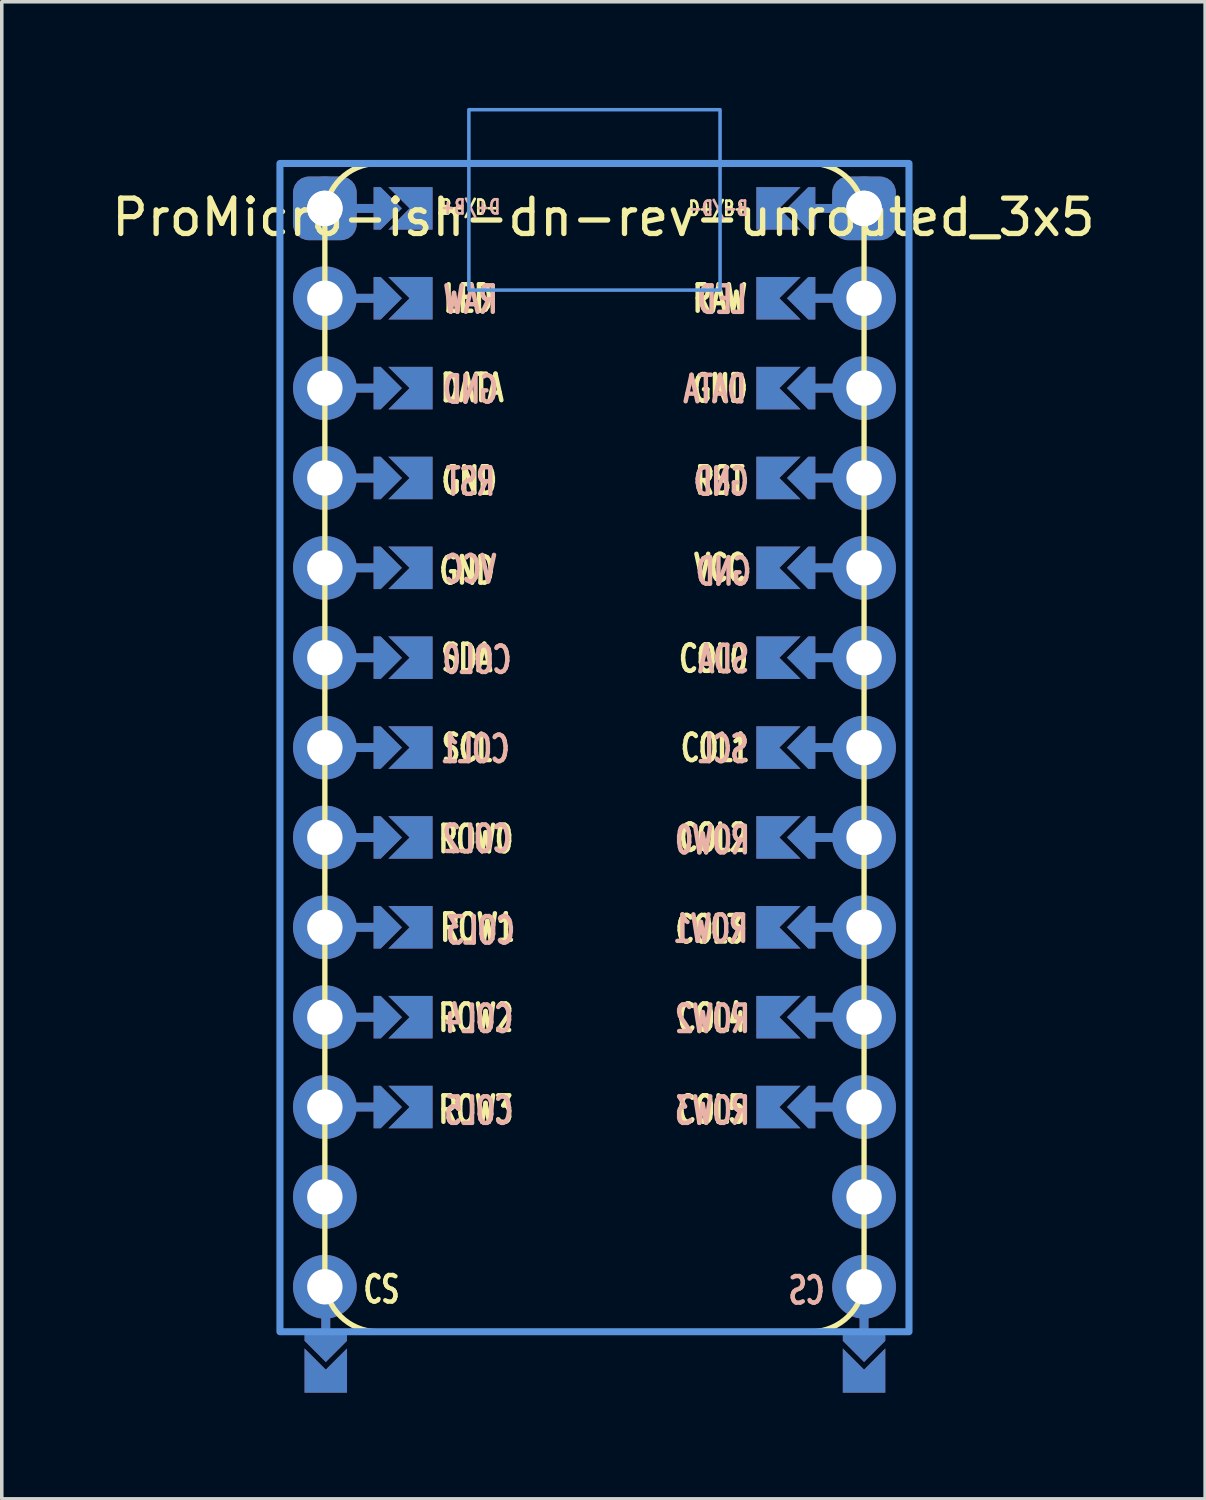
<source format=kicad_pcb>
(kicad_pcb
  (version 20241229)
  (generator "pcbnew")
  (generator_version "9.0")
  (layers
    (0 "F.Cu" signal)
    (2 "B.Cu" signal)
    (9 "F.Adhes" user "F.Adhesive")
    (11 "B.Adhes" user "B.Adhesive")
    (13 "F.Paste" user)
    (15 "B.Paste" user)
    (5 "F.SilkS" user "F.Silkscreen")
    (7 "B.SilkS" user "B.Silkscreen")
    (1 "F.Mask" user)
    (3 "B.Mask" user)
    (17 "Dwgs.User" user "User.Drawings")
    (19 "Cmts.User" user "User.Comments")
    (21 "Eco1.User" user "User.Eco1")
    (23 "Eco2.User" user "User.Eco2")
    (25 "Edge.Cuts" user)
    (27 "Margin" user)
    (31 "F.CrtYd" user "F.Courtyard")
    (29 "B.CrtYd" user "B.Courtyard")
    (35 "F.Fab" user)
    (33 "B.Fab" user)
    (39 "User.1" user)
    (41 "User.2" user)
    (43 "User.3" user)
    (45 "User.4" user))
  (footprint "ProMicro-ish-dn-rev-unrouted_3x5"
    (layer "F.Cu")
    (at 13.6 19.401)
    (property "Reference" "ProMicro-ish-dn-rev-unrouted_3x5" (at 0.406 -16.307 0) (layer "F.SilkS") (effects (font (size 1 1) (thickness 0.15))))
    (attr through_hole)
    (fp_poly (pts (xy -6.934 16.408) (xy -7.95 16.408) (xy -7.95 15.392) (xy -6.934 15.392)) (stroke (width 0.1) (type solid)) (fill yes) (layer "F.Mask"))
    (fp_poly (pts (xy -4.95 -17.066) (xy -4.95 -16.05) (xy -5.966 -16.05) (xy -5.966 -17.066)) (stroke (width 0.1) (type solid)) (fill yes) (layer "F.Mask"))
    (fp_poly (pts (xy -4.928 -14.529) (xy -4.928 -13.513) (xy -5.944 -13.513) (xy -5.944 -14.529)) (stroke (width 0.1) (type solid)) (fill yes) (layer "F.Mask"))
    (fp_poly (pts (xy -4.928 -11.989) (xy -4.928 -10.973) (xy -5.944 -10.973) (xy -5.944 -11.989)) (stroke (width 0.1) (type solid)) (fill yes) (layer "F.Mask"))
    (fp_poly (pts (xy -4.928 -9.449) (xy -4.928 -8.433) (xy -5.944 -8.433) (xy -5.944 -9.449)) (stroke (width 0.1) (type solid)) (fill yes) (layer "F.Mask"))
    (fp_poly (pts (xy -4.928 -6.909) (xy -4.928 -5.893) (xy -5.944 -5.893) (xy -5.944 -6.909)) (stroke (width 0.1) (type solid)) (fill yes) (layer "F.Mask"))
    (fp_poly (pts (xy -4.928 -4.369) (xy -4.928 -3.353) (xy -5.944 -3.353) (xy -5.944 -4.369)) (stroke (width 0.1) (type solid)) (fill yes) (layer "F.Mask"))
    (fp_poly (pts (xy -4.928 -1.829) (xy -4.928 -0.813) (xy -5.944 -0.813) (xy -5.944 -1.829)) (stroke (width 0.1) (type solid)) (fill yes) (layer "F.Mask"))
    (fp_poly (pts (xy -4.928 0.711) (xy -4.928 1.727) (xy -5.944 1.727) (xy -5.944 0.711)) (stroke (width 0.1) (type solid)) (fill yes) (layer "F.Mask"))
    (fp_poly (pts (xy -4.928 3.251) (xy -4.928 4.267) (xy -5.944 4.267) (xy -5.944 3.251)) (stroke (width 0.1) (type solid)) (fill yes) (layer "F.Mask"))
    (fp_poly (pts (xy -4.928 5.791) (xy -4.928 6.807) (xy -5.944 6.807) (xy -5.944 5.791)) (stroke (width 0.1) (type solid)) (fill yes) (layer "F.Mask"))
    (fp_poly (pts (xy -4.928 8.331) (xy -4.928 9.347) (xy -5.944 9.347) (xy -5.944 8.331)) (stroke (width 0.1) (type solid)) (fill yes) (layer "F.Mask"))
    (fp_poly (pts (xy 5.232 -13.513) (xy 5.232 -14.529) (xy 6.248 -14.529) (xy 6.248 -13.513)) (stroke (width 0.1) (type solid)) (fill yes) (layer "F.Mask"))
    (fp_poly (pts (xy 5.232 -10.973) (xy 5.232 -11.989) (xy 6.248 -11.989) (xy 6.248 -10.973)) (stroke (width 0.1) (type solid)) (fill yes) (layer "F.Mask"))
    (fp_poly (pts (xy 5.232 -8.433) (xy 5.232 -9.449) (xy 6.248 -9.449) (xy 6.248 -8.433)) (stroke (width 0.1) (type solid)) (fill yes) (layer "F.Mask"))
    (fp_poly (pts (xy 5.232 -5.893) (xy 5.232 -6.909) (xy 6.248 -6.909) (xy 6.248 -5.893)) (stroke (width 0.1) (type solid)) (fill yes) (layer "F.Mask"))
    (fp_poly (pts (xy 5.232 -3.353) (xy 5.232 -4.369) (xy 6.248 -4.369) (xy 6.248 -3.353)) (stroke (width 0.1) (type solid)) (fill yes) (layer "F.Mask"))
    (fp_poly (pts (xy 5.232 -0.813) (xy 5.232 -1.829) (xy 6.248 -1.829) (xy 6.248 -0.813)) (stroke (width 0.1) (type solid)) (fill yes) (layer "F.Mask"))
    (fp_poly (pts (xy 5.232 1.727) (xy 5.232 0.711) (xy 6.248 0.711) (xy 6.248 1.727)) (stroke (width 0.1) (type solid)) (fill yes) (layer "F.Mask"))
    (fp_poly (pts (xy 5.232 4.267) (xy 5.232 3.251) (xy 6.248 3.251) (xy 6.248 4.267)) (stroke (width 0.1) (type solid)) (fill yes) (layer "F.Mask"))
    (fp_poly (pts (xy 5.232 6.807) (xy 5.232 5.791) (xy 6.248 5.791) (xy 6.248 6.807)) (stroke (width 0.1) (type solid)) (fill yes) (layer "F.Mask"))
    (fp_poly (pts (xy 5.232 9.347) (xy 5.232 8.331) (xy 6.248 8.331) (xy 6.248 9.347)) (stroke (width 0.1) (type solid)) (fill yes) (layer "F.Mask"))
    (fp_poly (pts (xy 6.27 -17.066) (xy 6.27 -16.05) (xy 5.254 -16.05) (xy 5.254 -17.066)) (stroke (width 0.1) (type solid)) (fill yes) (layer "F.Mask"))
    (fp_poly (pts (xy 8.28 16.408) (xy 7.264 16.408) (xy 7.264 15.392) (xy 8.28 15.392)) (stroke (width 0.1) (type solid)) (fill yes) (layer "F.Mask"))
    (fp_poly (pts (xy -6.934 16.408) (xy -7.95 16.408) (xy -7.95 15.392) (xy -6.934 15.392)) (stroke (width 0.1) (type solid)) (fill yes) (layer "B.Mask"))
    (fp_poly (pts (xy -4.95 -17.066) (xy -4.95 -16.05) (xy -5.966 -16.05) (xy -5.966 -17.066)) (stroke (width 0.1) (type solid)) (fill yes) (layer "B.Mask"))
    (fp_poly (pts (xy -4.928 -14.529) (xy -4.928 -13.513) (xy -5.944 -13.513) (xy -5.944 -14.529)) (stroke (width 0.1) (type solid)) (fill yes) (layer "B.Mask"))
    (fp_poly (pts (xy -4.928 -11.989) (xy -4.928 -10.973) (xy -5.944 -10.973) (xy -5.944 -11.989)) (stroke (width 0.1) (type solid)) (fill yes) (layer "B.Mask"))
    (fp_poly (pts (xy -4.928 -9.449) (xy -4.928 -8.433) (xy -5.944 -8.433) (xy -5.944 -9.449)) (stroke (width 0.1) (type solid)) (fill yes) (layer "B.Mask"))
    (fp_poly (pts (xy -4.928 -6.909) (xy -4.928 -5.893) (xy -5.944 -5.893) (xy -5.944 -6.909)) (stroke (width 0.1) (type solid)) (fill yes) (layer "B.Mask"))
    (fp_poly (pts (xy -4.928 -4.369) (xy -4.928 -3.353) (xy -5.944 -3.353) (xy -5.944 -4.369)) (stroke (width 0.1) (type solid)) (fill yes) (layer "B.Mask"))
    (fp_poly (pts (xy -4.928 -1.829) (xy -4.928 -0.813) (xy -5.944 -0.813) (xy -5.944 -1.829)) (stroke (width 0.1) (type solid)) (fill yes) (layer "B.Mask"))
    (fp_poly (pts (xy -4.928 0.711) (xy -4.928 1.727) (xy -5.944 1.727) (xy -5.944 0.711)) (stroke (width 0.1) (type solid)) (fill yes) (layer "B.Mask"))
    (fp_poly (pts (xy -4.928 3.251) (xy -4.928 4.267) (xy -5.944 4.267) (xy -5.944 3.251)) (stroke (width 0.1) (type solid)) (fill yes) (layer "B.Mask"))
    (fp_poly (pts (xy -4.928 5.791) (xy -4.928 6.807) (xy -5.944 6.807) (xy -5.944 5.791)) (stroke (width 0.1) (type solid)) (fill yes) (layer "B.Mask"))
    (fp_poly (pts (xy -4.928 8.331) (xy -4.928 9.347) (xy -5.944 9.347) (xy -5.944 8.331)) (stroke (width 0.1) (type solid)) (fill yes) (layer "B.Mask"))
    (fp_poly (pts (xy 5.232 -13.513) (xy 5.232 -14.529) (xy 6.248 -14.529) (xy 6.248 -13.513)) (stroke (width 0.1) (type solid)) (fill yes) (layer "B.Mask"))
    (fp_poly (pts (xy 5.232 -10.973) (xy 5.232 -11.989) (xy 6.248 -11.989) (xy 6.248 -10.973)) (stroke (width 0.1) (type solid)) (fill yes) (layer "B.Mask"))
    (fp_poly (pts (xy 5.232 -8.433) (xy 5.232 -9.449) (xy 6.248 -9.449) (xy 6.248 -8.433)) (stroke (width 0.1) (type solid)) (fill yes) (layer "B.Mask"))
    (fp_poly (pts (xy 5.232 -5.893) (xy 5.232 -6.909) (xy 6.248 -6.909) (xy 6.248 -5.893)) (stroke (width 0.1) (type solid)) (fill yes) (layer "B.Mask"))
    (fp_poly (pts (xy 5.232 -3.353) (xy 5.232 -4.369) (xy 6.248 -4.369) (xy 6.248 -3.353)) (stroke (width 0.1) (type solid)) (fill yes) (layer "B.Mask"))
    (fp_poly (pts (xy 5.232 -0.813) (xy 5.232 -1.829) (xy 6.248 -1.829) (xy 6.248 -0.813)) (stroke (width 0.1) (type solid)) (fill yes) (layer "B.Mask"))
    (fp_poly (pts (xy 5.232 1.727) (xy 5.232 0.711) (xy 6.248 0.711) (xy 6.248 1.727)) (stroke (width 0.1) (type solid)) (fill yes) (layer "B.Mask"))
    (fp_poly (pts (xy 5.232 4.267) (xy 5.232 3.251) (xy 6.248 3.251) (xy 6.248 4.267)) (stroke (width 0.1) (type solid)) (fill yes) (layer "B.Mask"))
    (fp_poly (pts (xy 5.232 6.807) (xy 5.232 5.791) (xy 6.248 5.791) (xy 6.248 6.807)) (stroke (width 0.1) (type solid)) (fill yes) (layer "B.Mask"))
    (fp_poly (pts (xy 5.232 9.347) (xy 5.232 8.331) (xy 6.248 8.331) (xy 6.248 9.347)) (stroke (width 0.1) (type solid)) (fill yes) (layer "B.Mask"))
    (fp_poly (pts (xy 6.27 -17.066) (xy 6.27 -16.05) (xy 5.254 -16.05) (xy 5.254 -17.066)) (stroke (width 0.1) (type solid)) (fill yes) (layer "B.Mask"))
    (fp_poly (pts (xy 8.28 16.408) (xy 7.264 16.408) (xy 7.264 15.392) (xy 8.28 15.392)) (stroke (width 0.1) (type solid)) (fill yes) (layer "B.Mask"))
    (fp_line (start -7.468 -16.331) (end -7.468 13.749) (stroke (width 0.15) (type default)) (layer "F.SilkS"))
    (fp_line (start -5.968 15.189) (end 6.272 15.189) (stroke (width 0.15) (type default)) (layer "F.SilkS"))
    (fp_line (start 6.272 -17.831) (end -5.968 -17.831) (stroke (width 0.15) (type default)) (layer "F.SilkS"))
    (fp_line (start 7.772 13.749) (end 7.772 -16.331) (stroke (width 0.15) (type default)) (layer "F.SilkS"))
    (fp_arc (start -7.4676 -16.3308) (mid -7.02826 -17.39146) (end -5.9676 -17.8308) (stroke (width 0.15) (type default)) (layer "F.SilkS"))
    (fp_arc (start -5.9676 15.1892) (mid -7.02826 14.74986) (end -7.4676 13.6892) (stroke (width 0.15) (type default)) (layer "F.SilkS"))
    (fp_arc (start 6.2724 -17.8308) (mid 7.33306 -17.39146) (end 7.7724 -16.3308) (stroke (width 0.15) (type default)) (layer "F.SilkS"))
    (fp_arc (start 7.7724 13.6892) (mid 7.33306 14.74986) (end 6.2724 15.1892) (stroke (width 0.15) (type default)) (layer "F.SilkS"))
    (fp_rect (start -8.738 -17.831) (end 9.042 15.189) (stroke (width 0.2) (type solid)) (fill no) (layer "Cmts.User"))
    (fp_rect (start 3.702 -19.351) (end -3.398 -14.251) (stroke (width 0.1) (type default)) (fill no) (layer "Cmts.User"))
    (fp_text user "SCL" (at -3.45 -1.309 0) (layer "F.SilkS") (effects (font (size 0.75 0.5) (thickness 0.125))))
    (fp_text user "ROW1" (at -3.15 3.771 0) (layer "F.SilkS") (effects (font (size 0.75 0.5) (thickness 0.125))))
    (fp_text user "COL3" (at 3.416 3.819 0) (layer "F.SilkS") (effects (font (size 0.75 0.5) (thickness 0.125))))
    (fp_text user "GND" (at -3.386 -8.865 0) (layer "F.SilkS") (effects (font (size 0.75 0.5) (thickness 0.125))))
    (fp_text user "DATA" (at -3.3 -11.481 0) (layer "F.SilkS") (effects (font (size 0.75 0.5) (thickness 0.125))))
    (fp_text user "ROW2" (at -3.2 6.319 0) (layer "F.SilkS") (effects (font (size 0.75 0.5) (thickness 0.125))))
    (fp_text user "CS" (at -5.867 13.995 0) (layer "F.SilkS") (effects (font (size 0.75 0.5) (thickness 0.125))))
    (fp_text user "COL1" (at 3.566 -1.309 0) (layer "F.SilkS") (effects (font (size 0.75 0.5) (thickness 0.125))))
    (fp_text user "RAW" (at 3.7 -14.009 0) (layer "F.SilkS") (effects (font (size 0.75 0.5) (thickness 0.125))))
    (fp_text user "COL0" (at 3.515 -3.831 0) (layer "F.SilkS") (effects (font (size 0.75 0.5) (thickness 0.125))))
    (fp_text user "COL4" (at 3.466 6.319 0) (layer "F.SilkS") (effects (font (size 0.75 0.5) (thickness 0.125))))
    (fp_text user "GND" (at -3.45 -6.325 0) (layer "F.SilkS") (effects (font (size 0.75 0.5) (thickness 0.125))))
    (fp_text user "LED" (at -3.411 -14.009 0) (layer "F.SilkS") (effects (font (size 0.75 0.5) (thickness 0.125))))
    (fp_text user "VCC" (at 3.7 -6.389 0) (layer "F.SilkS") (effects (font (size 0.75 0.5) (thickness 0.125))))
    (fp_text user "RST" (at 3.7 -8.865 0) (layer "F.SilkS") (effects (font (size 0.75 0.5) (thickness 0.125))))
    (fp_text user "ROW0" (at -3.2 1.269 0) (layer "F.SilkS") (effects (font (size 0.75 0.5) (thickness 0.125))))
    (fp_text user "D+/B+" (at 3.65 -16.56 0) (layer "F.SilkS") (effects (font (size 0.4 0.3) (thickness 0.075))))
    (fp_text user "COL5" (at 3.466 8.915 0) (layer "F.SilkS") (effects (font (size 0.75 0.5) (thickness 0.125))))
    (fp_text user "COL2" (at 3.515 1.231 0) (layer "F.SilkS") (effects (font (size 0.75 0.5) (thickness 0.125))))
    (fp_text user "SDA" (at -3.45 -3.849 0) (layer "F.SilkS") (effects (font (size 0.75 0.5) (thickness 0.125))))
    (fp_text user "B-/D-" (at -3.36 -16.594 0) (layer "F.SilkS") (effects (font (size 0.4 0.3) (thickness 0.075))))
    (fp_text user "GND" (at 3.7 -11.469 0) (layer "F.SilkS") (effects (font (size 0.75 0.5) (thickness 0.125))))
    (fp_text user "ROW3" (at -3.2 8.915 0) (layer "F.SilkS") (effects (font (size 0.75 0.5) (thickness 0.125))))
    (fp_text user "COL3" (at -3.068 3.85 0) (layer "B.SilkS") (effects (font (size 0.75 0.5) (thickness 0.125)) (justify mirror)))
    (fp_text user "ROW0" (at 3.486 1.3 0) (layer "B.SilkS") (effects (font (size 0.75 0.5) (thickness 0.125)) (justify mirror)))
    (fp_text user "CS" (at 6.147 14.025 0) (layer "B.SilkS") (effects (font (size 0.75 0.5) (thickness 0.125)) (justify mirror)))
    (fp_text user "SCL" (at 3.799 -1.278 0) (layer "B.SilkS") (effects (font (size 0.75 0.5) (thickness 0.125)) (justify mirror)))
    (fp_text user "COL2" (at -3.168 1.262 0) (layer "B.SilkS") (effects (font (size 0.75 0.5) (thickness 0.125)) (justify mirror)))
    (fp_text user "GND" (at 3.799 -6.295 0) (layer "B.SilkS") (effects (font (size 0.75 0.5) (thickness 0.125)) (justify mirror)))
    (fp_text user "SDA" (at 3.799 -3.818 0) (layer "B.SilkS") (effects (font (size 0.75 0.5) (thickness 0.125)) (justify mirror)))
    (fp_text user "ROW3" (at 3.486 8.945 0) (layer "B.SilkS") (effects (font (size 0.75 0.5) (thickness 0.125)) (justify mirror)))
    (fp_text user "COL0" (at -3.168 -3.8 0) (layer "B.SilkS") (effects (font (size 0.75 0.5) (thickness 0.125)) (justify mirror)))
    (fp_text user "GND" (at -3.353 -11.438 0) (layer "B.SilkS") (effects (font (size 0.75 0.5) (thickness 0.125)) (justify mirror)))
    (fp_text user "DATA" (at 3.55 -11.45 0) (layer "B.SilkS") (effects (font (size 0.75 0.5) (thickness 0.125)) (justify mirror)))
    (fp_text user "VCC" (at -3.353 -6.358 0) (layer "B.SilkS") (effects (font (size 0.75 0.5) (thickness 0.125)) (justify mirror)))
    (fp_text user "RAW" (at -3.353 -13.978 0) (layer "B.SilkS") (effects (font (size 0.75 0.5) (thickness 0.125)) (justify mirror)))
    (fp_text user "D+/B+" (at -3.35 -16.6 0) (layer "B.SilkS") (effects (font (size 0.4 0.3) (thickness 0.075)) (justify mirror)))
    (fp_text user "ROW2" (at 3.486 6.35 0) (layer "B.SilkS") (effects (font (size 0.75 0.5) (thickness 0.125)) (justify mirror)))
    (fp_text user "ROW1" (at 3.436 3.802 0) (layer "B.SilkS") (effects (font (size 0.75 0.5) (thickness 0.125)) (justify mirror)))
    (fp_text user "COL1" (at -3.218 -1.278 0) (layer "B.SilkS") (effects (font (size 0.75 0.5) (thickness 0.125)) (justify mirror)))
    (fp_text user "B-/D-" (at 3.65 -16.563 0) (layer "B.SilkS") (effects (font (size 0.4 0.3) (thickness 0.075)) (justify mirror)))
    (fp_text user "COL4" (at -3.118 6.35 0) (layer "B.SilkS") (effects (font (size 0.75 0.5) (thickness 0.125)) (justify mirror)))
    (fp_text user "LED" (at 3.76 -13.978 0) (layer "B.SilkS") (effects (font (size 0.75 0.5) (thickness 0.125)) (justify mirror)))
    (fp_text user "GND" (at 3.735 -8.835 0) (layer "B.SilkS") (effects (font (size 0.75 0.5) (thickness 0.125)) (justify mirror)))
    (fp_text user "COL5" (at -3.118 8.945 0) (layer "B.SilkS") (effects (font (size 0.75 0.5) (thickness 0.125)) (justify mirror)))
    (fp_text user "RST" (at -3.353 -8.835 0) (layer "B.SilkS") (effects (font (size 0.75 0.5) (thickness 0.125)) (justify mirror)))
    (pad "" thru_hole circle (at -7.468 -16.561 270) (size 1.8 1.8) (drill 1) (layers "*.Cu" "*.Mask"))
    (pad "" thru_hole roundrect (at -7.468 -16.561 270) (size 1.8 1.8) (drill 1) (layers "*.Cu" "B.Mask") (roundrect_rratio 0.25))
    (pad "" thru_hole circle (at -7.468 -14.021 270) (size 1.8 1.8) (drill 1) (layers "*.Cu" "*.Mask"))
    (pad "" thru_hole circle (at -7.468 -11.481 270) (size 1.8 1.8) (drill 1) (layers "*.Cu" "*.Mask"))
    (pad "" thru_hole circle (at -7.468 -8.941 270) (size 1.8 1.8) (drill 1) (layers "*.Cu" "*.Mask"))
    (pad "" thru_hole circle (at -7.468 -6.401 270) (size 1.8 1.8) (drill 1) (layers "*.Cu" "*.Mask"))
    (pad "" thru_hole circle (at -7.468 -3.861 270) (size 1.8 1.8) (drill 1) (layers "*.Cu" "*.Mask"))
    (pad "" thru_hole circle (at -7.468 -1.321 270) (size 1.8 1.8) (drill 1) (layers "*.Cu" "*.Mask"))
    (pad "" thru_hole circle (at -7.468 1.219 270) (size 1.8 1.8) (drill 1) (layers "*.Cu" "*.Mask"))
    (pad "" thru_hole circle (at -7.468 3.759 270) (size 1.8 1.8) (drill 1) (layers "*.Cu" "*.Mask"))
    (pad "" thru_hole circle (at -7.468 6.299 270) (size 1.8 1.8) (drill 1) (layers "*.Cu" "*.Mask"))
    (pad "" thru_hole circle (at -7.468 8.839 270) (size 1.8 1.8) (drill 1) (layers "*.Cu" "*.Mask"))
    (pad "" thru_hole circle (at -7.468 11.379 270) (size 1.8 1.8) (drill 1) (layers "*.Cu" "*.Mask"))
    (pad "" thru_hole circle (at -7.468 13.919 270) (size 1.8 1.8) (drill 1) (layers "*.Cu" "*.Mask"))
    (pad "" smd custom (at -7.442 15.138) (size 0.25 1) (layers "F.Cu") (options (anchor rect)) (primitives))
    (pad "" smd custom (at -7.442 15.138) (size 0.25 1) (layers "B.Cu") (options (anchor rect)) (primitives))
    (pad "" smd custom (at -7.442 15.646) (size 0.1 0.1) (layers "F.Cu" "F.Mask") (options (anchor rect)) (primitives (gr_poly (pts (xy 0.6 -0.4) (xy -0.6 -0.4) (xy -0.6 -0.2) (xy 0 0.4) (xy 0.6 -0.2)) (width 0) (fill yes))))
    (pad "" smd custom (at -7.442 15.646) (size 0.1 0.1) (layers "B.Cu" "B.Mask") (options (anchor rect)) (primitives (gr_poly (pts (xy 0.6 -0.4) (xy -0.6 -0.4) (xy -0.6 -0.2) (xy 0 0.4) (xy 0.6 -0.2)) (width 0) (fill yes))))
    (pad "" smd custom (at -6.198 -16.561 90) (size 0.25 1) (layers "F.Cu") (options (anchor rect)) (primitives))
    (pad "" smd custom (at -6.198 -16.561 90) (size 0.25 1) (layers "B.Cu") (options (anchor rect)) (primitives))
    (pad "" smd custom (at -6.198 -14.021 90) (size 0.25 1) (layers "F.Cu") (options (anchor rect)) (primitives))
    (pad "" smd custom (at -6.198 -14.021 90) (size 0.25 1) (layers "B.Cu") (options (anchor rect)) (primitives))
    (pad "" smd custom (at -6.198 -11.481 90) (size 0.25 1) (layers "F.Cu") (options (anchor rect)) (primitives))
    (pad "" smd custom (at -6.198 -11.481 90) (size 0.25 1) (layers "B.Cu") (options (anchor rect)) (primitives))
    (pad "" smd custom (at -6.198 -8.941 90) (size 0.25 1) (layers "F.Cu") (options (anchor rect)) (primitives))
    (pad "" smd custom (at -6.198 -8.941 90) (size 0.25 1) (layers "B.Cu") (options (anchor rect)) (primitives))
    (pad "" smd custom (at -6.198 -6.401 90) (size 0.25 1) (layers "F.Cu") (options (anchor rect)) (primitives))
    (pad "" smd custom (at -6.198 -6.401 90) (size 0.25 1) (layers "B.Cu") (options (anchor rect)) (primitives))
    (pad "" smd custom (at -6.198 -3.861 90) (size 0.25 1) (layers "F.Cu") (options (anchor rect)) (primitives))
    (pad "" smd custom (at -6.198 -3.861 90) (size 0.25 1) (layers "B.Cu") (options (anchor rect)) (primitives))
    (pad "" smd custom (at -6.198 -1.321 90) (size 0.25 1) (layers "F.Cu") (options (anchor rect)) (primitives))
    (pad "" smd custom (at -6.198 -1.321 90) (size 0.25 1) (layers "B.Cu") (options (anchor rect)) (primitives))
    (pad "" smd custom (at -6.198 1.219 90) (size 0.25 1) (layers "F.Cu") (options (anchor rect)) (primitives))
    (pad "" smd custom (at -6.198 1.219 90) (size 0.25 1) (layers "B.Cu") (options (anchor rect)) (primitives))
    (pad "" smd custom (at -6.198 3.759 90) (size 0.25 1) (layers "F.Cu") (options (anchor rect)) (primitives))
    (pad "" smd custom (at -6.198 3.759 90) (size 0.25 1) (layers "B.Cu") (options (anchor rect)) (primitives))
    (pad "" smd custom (at -6.198 6.299 90) (size 0.25 1) (layers "F.Cu") (options (anchor rect)) (primitives))
    (pad "" smd custom (at -6.198 6.299 90) (size 0.25 1) (layers "B.Cu") (options (anchor rect)) (primitives))
    (pad "" smd custom (at -6.198 8.839 90) (size 0.25 1) (layers "F.Cu") (options (anchor rect)) (primitives))
    (pad "" smd custom (at -6.198 8.839 90) (size 0.25 1) (layers "B.Cu") (options (anchor rect)) (primitives))
    (pad "" smd custom (at -5.69 -16.561 90) (size 0.1 0.1) (layers "F.Cu" "F.Mask") (options (anchor rect)) (primitives (gr_poly (pts (xy 0.6 -0.4) (xy -0.6 -0.4) (xy -0.6 -0.2) (xy 0 0.4) (xy 0.6 -0.2)) (width 0) (fill yes))))
    (pad "" smd custom (at -5.69 -16.561 90) (size 0.1 0.1) (layers "B.Cu" "B.Mask") (options (anchor rect)) (primitives (gr_poly (pts (xy 0.6 -0.4) (xy -0.6 -0.4) (xy -0.6 -0.2) (xy 0 0.4) (xy 0.6 -0.2)) (width 0) (fill yes))))
    (pad "" smd custom (at -5.69 -14.021 90) (size 0.1 0.1) (layers "F.Cu" "F.Mask") (options (anchor rect)) (primitives (gr_poly (pts (xy 0.6 -0.4) (xy -0.6 -0.4) (xy -0.6 -0.2) (xy 0 0.4) (xy 0.6 -0.2)) (width 0) (fill yes))))
    (pad "" smd custom (at -5.69 -14.021 90) (size 0.1 0.1) (layers "B.Cu" "B.Mask") (options (anchor rect)) (primitives (gr_poly (pts (xy 0.6 -0.4) (xy -0.6 -0.4) (xy -0.6 -0.2) (xy 0 0.4) (xy 0.6 -0.2)) (width 0) (fill yes))))
    (pad "" smd custom (at -5.69 -11.481 90) (size 0.1 0.1) (layers "F.Cu" "F.Mask") (options (anchor rect)) (primitives (gr_poly (pts (xy 0.6 -0.4) (xy -0.6 -0.4) (xy -0.6 -0.2) (xy 0 0.4) (xy 0.6 -0.2)) (width 0) (fill yes))))
    (pad "" smd custom (at -5.69 -11.481 90) (size 0.1 0.1) (layers "B.Cu" "B.Mask") (options (anchor rect)) (primitives (gr_poly (pts (xy 0.6 -0.4) (xy -0.6 -0.4) (xy -0.6 -0.2) (xy 0 0.4) (xy 0.6 -0.2)) (width 0) (fill yes))))
    (pad "" smd custom (at -5.69 -8.941 90) (size 0.1 0.1) (layers "F.Cu" "F.Mask") (options (anchor rect)) (primitives (gr_poly (pts (xy 0.6 -0.4) (xy -0.6 -0.4) (xy -0.6 -0.2) (xy 0 0.4) (xy 0.6 -0.2)) (width 0) (fill yes))))
    (pad "" smd custom (at -5.69 -8.941 90) (size 0.1 0.1) (layers "B.Cu" "B.Mask") (options (anchor rect)) (primitives (gr_poly (pts (xy 0.6 -0.4) (xy -0.6 -0.4) (xy -0.6 -0.2) (xy 0 0.4) (xy 0.6 -0.2)) (width 0) (fill yes))))
    (pad "" smd custom (at -5.69 -6.401 90) (size 0.1 0.1) (layers "F.Cu" "F.Mask") (options (anchor rect)) (primitives (gr_poly (pts (xy 0.6 -0.4) (xy -0.6 -0.4) (xy -0.6 -0.2) (xy 0 0.4) (xy 0.6 -0.2)) (width 0) (fill yes))))
    (pad "" smd custom (at -5.69 -6.401 90) (size 0.1 0.1) (layers "B.Cu" "B.Mask") (options (anchor rect)) (primitives (gr_poly (pts (xy 0.6 -0.4) (xy -0.6 -0.4) (xy -0.6 -0.2) (xy 0 0.4) (xy 0.6 -0.2)) (width 0) (fill yes))))
    (pad "" smd custom (at -5.69 -3.861 90) (size 0.1 0.1) (layers "F.Cu" "F.Mask") (options (anchor rect)) (primitives (gr_poly (pts (xy 0.6 -0.4) (xy -0.6 -0.4) (xy -0.6 -0.2) (xy 0 0.4) (xy 0.6 -0.2)) (width 0) (fill yes))))
    (pad "" smd custom (at -5.69 -3.861 90) (size 0.1 0.1) (layers "B.Cu" "B.Mask") (options (anchor rect)) (primitives (gr_poly (pts (xy 0.6 -0.4) (xy -0.6 -0.4) (xy -0.6 -0.2) (xy 0 0.4) (xy 0.6 -0.2)) (width 0) (fill yes))))
    (pad "" smd custom (at -5.69 -1.321 90) (size 0.1 0.1) (layers "F.Cu" "F.Mask") (options (anchor rect)) (primitives (gr_poly (pts (xy 0.6 -0.4) (xy -0.6 -0.4) (xy -0.6 -0.2) (xy 0 0.4) (xy 0.6 -0.2)) (width 0) (fill yes))))
    (pad "" smd custom (at -5.69 -1.321 90) (size 0.1 0.1) (layers "B.Cu" "B.Mask") (options (anchor rect)) (primitives (gr_poly (pts (xy 0.6 -0.4) (xy -0.6 -0.4) (xy -0.6 -0.2) (xy 0 0.4) (xy 0.6 -0.2)) (width 0) (fill yes))))
    (pad "" smd custom (at -5.69 1.219 90) (size 0.1 0.1) (layers "F.Cu" "F.Mask") (options (anchor rect)) (primitives (gr_poly (pts (xy 0.6 -0.4) (xy -0.6 -0.4) (xy -0.6 -0.2) (xy 0 0.4) (xy 0.6 -0.2)) (width 0) (fill yes))))
    (pad "" smd custom (at -5.69 1.219 90) (size 0.1 0.1) (layers "B.Cu" "B.Mask") (options (anchor rect)) (primitives (gr_poly (pts (xy 0.6 -0.4) (xy -0.6 -0.4) (xy -0.6 -0.2) (xy 0 0.4) (xy 0.6 -0.2)) (width 0) (fill yes))))
    (pad "" smd custom (at -5.69 3.759 90) (size 0.1 0.1) (layers "F.Cu" "F.Mask") (options (anchor rect)) (primitives (gr_poly (pts (xy 0.6 -0.4) (xy -0.6 -0.4) (xy -0.6 -0.2) (xy 0 0.4) (xy 0.6 -0.2)) (width 0) (fill yes))))
    (pad "" smd custom (at -5.69 3.759 90) (size 0.1 0.1) (layers "B.Cu" "B.Mask") (options (anchor rect)) (primitives (gr_poly (pts (xy 0.6 -0.4) (xy -0.6 -0.4) (xy -0.6 -0.2) (xy 0 0.4) (xy 0.6 -0.2)) (width 0) (fill yes))))
    (pad "" smd custom (at -5.69 6.299 90) (size 0.1 0.1) (layers "F.Cu" "F.Mask") (options (anchor rect)) (primitives (gr_poly (pts (xy 0.6 -0.4) (xy -0.6 -0.4) (xy -0.6 -0.2) (xy 0 0.4) (xy 0.6 -0.2)) (width 0) (fill yes))))
    (pad "" smd custom (at -5.69 6.299 90) (size 0.1 0.1) (layers "B.Cu" "B.Mask") (options (anchor rect)) (primitives (gr_poly (pts (xy 0.6 -0.4) (xy -0.6 -0.4) (xy -0.6 -0.2) (xy 0 0.4) (xy 0.6 -0.2)) (width 0) (fill yes))))
    (pad "" smd custom (at -5.69 8.839 90) (size 0.1 0.1) (layers "F.Cu" "F.Mask") (options (anchor rect)) (primitives (gr_poly (pts (xy 0.6 -0.4) (xy -0.6 -0.4) (xy -0.6 -0.2) (xy 0 0.4) (xy 0.6 -0.2)) (width 0) (fill yes))))
    (pad "" smd custom (at -5.69 8.839 90) (size 0.1 0.1) (layers "B.Cu" "B.Mask") (options (anchor rect)) (primitives (gr_poly (pts (xy 0.6 -0.4) (xy -0.6 -0.4) (xy -0.6 -0.2) (xy 0 0.4) (xy 0.6 -0.2)) (width 0) (fill yes))))
    (pad "" smd custom (at 5.994 -16.561 270) (size 0.1 0.1) (layers "F.Cu" "F.Mask") (options (anchor rect)) (primitives (gr_poly (pts (xy 0.6 -0.4) (xy -0.6 -0.4) (xy -0.6 -0.2) (xy 0 0.4) (xy 0.6 -0.2)) (width 0) (fill yes))))
    (pad "" smd custom (at 5.994 -16.561 270) (size 0.1 0.1) (layers "B.Cu" "B.Mask") (options (anchor rect)) (primitives (gr_poly (pts (xy 0.6 -0.4) (xy -0.6 -0.4) (xy -0.6 -0.2) (xy 0 0.4) (xy 0.6 -0.2)) (width 0) (fill yes))))
    (pad "" smd custom (at 5.994 -14.021 270) (size 0.1 0.1) (layers "F.Cu" "F.Mask") (options (anchor rect)) (primitives (gr_poly (pts (xy 0.6 -0.4) (xy -0.6 -0.4) (xy -0.6 -0.2) (xy 0 0.4) (xy 0.6 -0.2)) (width 0) (fill yes))))
    (pad "" smd custom (at 5.994 -14.021 270) (size 0.1 0.1) (layers "B.Cu" "B.Mask") (options (anchor rect)) (primitives (gr_poly (pts (xy 0.6 -0.4) (xy -0.6 -0.4) (xy -0.6 -0.2) (xy 0 0.4) (xy 0.6 -0.2)) (width 0) (fill yes))))
    (pad "" smd custom (at 5.994 -11.481 270) (size 0.1 0.1) (layers "F.Cu" "F.Mask") (options (anchor rect)) (primitives (gr_poly (pts (xy 0.6 -0.4) (xy -0.6 -0.4) (xy -0.6 -0.2) (xy 0 0.4) (xy 0.6 -0.2)) (width 0) (fill yes))))
    (pad "" smd custom (at 5.994 -11.481 270) (size 0.1 0.1) (layers "B.Cu" "B.Mask") (options (anchor rect)) (primitives (gr_poly (pts (xy 0.6 -0.4) (xy -0.6 -0.4) (xy -0.6 -0.2) (xy 0 0.4) (xy 0.6 -0.2)) (width 0) (fill yes))))
    (pad "" smd custom (at 5.994 -8.941 270) (size 0.1 0.1) (layers "F.Cu" "F.Mask") (options (anchor rect)) (primitives (gr_poly (pts (xy 0.6 -0.4) (xy -0.6 -0.4) (xy -0.6 -0.2) (xy 0 0.4) (xy 0.6 -0.2)) (width 0) (fill yes))))
    (pad "" smd custom (at 5.994 -8.941 270) (size 0.1 0.1) (layers "B.Cu" "B.Mask") (options (anchor rect)) (primitives (gr_poly (pts (xy 0.6 -0.4) (xy -0.6 -0.4) (xy -0.6 -0.2) (xy 0 0.4) (xy 0.6 -0.2)) (width 0) (fill yes))))
    (pad "" smd custom (at 5.994 -6.401 270) (size 0.1 0.1) (layers "F.Cu" "F.Mask") (options (anchor rect)) (primitives (gr_poly (pts (xy 0.6 -0.4) (xy -0.6 -0.4) (xy -0.6 -0.2) (xy 0 0.4) (xy 0.6 -0.2)) (width 0) (fill yes))))
    (pad "" smd custom (at 5.994 -6.401 270) (size 0.1 0.1) (layers "B.Cu" "B.Mask") (options (anchor rect)) (primitives (gr_poly (pts (xy 0.6 -0.4) (xy -0.6 -0.4) (xy -0.6 -0.2) (xy 0 0.4) (xy 0.6 -0.2)) (width 0) (fill yes))))
    (pad "" smd custom (at 5.994 -3.861 270) (size 0.1 0.1) (layers "F.Cu" "F.Mask") (options (anchor rect)) (primitives (gr_poly (pts (xy 0.6 -0.4) (xy -0.6 -0.4) (xy -0.6 -0.2) (xy 0 0.4) (xy 0.6 -0.2)) (width 0) (fill yes))))
    (pad "" smd custom (at 5.994 -3.861 270) (size 0.1 0.1) (layers "B.Cu" "B.Mask") (options (anchor rect)) (primitives (gr_poly (pts (xy 0.6 -0.4) (xy -0.6 -0.4) (xy -0.6 -0.2) (xy 0 0.4) (xy 0.6 -0.2)) (width 0) (fill yes))))
    (pad "" smd custom (at 5.994 -1.321 270) (size 0.1 0.1) (layers "F.Cu" "F.Mask") (options (anchor rect)) (primitives (gr_poly (pts (xy 0.6 -0.4) (xy -0.6 -0.4) (xy -0.6 -0.2) (xy 0 0.4) (xy 0.6 -0.2)) (width 0) (fill yes))))
    (pad "" smd custom (at 5.994 -1.321 270) (size 0.1 0.1) (layers "B.Cu" "B.Mask") (options (anchor rect)) (primitives (gr_poly (pts (xy 0.6 -0.4) (xy -0.6 -0.4) (xy -0.6 -0.2) (xy 0 0.4) (xy 0.6 -0.2)) (width 0) (fill yes))))
    (pad "" smd custom (at 5.994 1.219 270) (size 0.1 0.1) (layers "F.Cu" "F.Mask") (options (anchor rect)) (primitives (gr_poly (pts (xy 0.6 -0.4) (xy -0.6 -0.4) (xy -0.6 -0.2) (xy 0 0.4) (xy 0.6 -0.2)) (width 0) (fill yes))))
    (pad "" smd custom (at 5.994 1.219 270) (size 0.1 0.1) (layers "B.Cu" "B.Mask") (options (anchor rect)) (primitives (gr_poly (pts (xy 0.6 -0.4) (xy -0.6 -0.4) (xy -0.6 -0.2) (xy 0 0.4) (xy 0.6 -0.2)) (width 0) (fill yes))))
    (pad "" smd custom (at 5.994 3.759 270) (size 0.1 0.1) (layers "F.Cu" "F.Mask") (options (anchor rect)) (primitives (gr_poly (pts (xy 0.6 -0.4) (xy -0.6 -0.4) (xy -0.6 -0.2) (xy 0 0.4) (xy 0.6 -0.2)) (width 0) (fill yes))))
    (pad "" smd custom (at 5.994 3.759 270) (size 0.1 0.1) (layers "B.Cu" "B.Mask") (options (anchor rect)) (primitives (gr_poly (pts (xy 0.6 -0.4) (xy -0.6 -0.4) (xy -0.6 -0.2) (xy 0 0.4) (xy 0.6 -0.2)) (width 0) (fill yes))))
    (pad "" smd custom (at 5.994 6.299 270) (size 0.1 0.1) (layers "F.Cu" "F.Mask") (options (anchor rect)) (primitives (gr_poly (pts (xy 0.6 -0.4) (xy -0.6 -0.4) (xy -0.6 -0.2) (xy 0 0.4) (xy 0.6 -0.2)) (width 0) (fill yes))))
    (pad "" smd custom (at 5.994 6.299 270) (size 0.1 0.1) (layers "B.Cu" "B.Mask") (options (anchor rect)) (primitives (gr_poly (pts (xy 0.6 -0.4) (xy -0.6 -0.4) (xy -0.6 -0.2) (xy 0 0.4) (xy 0.6 -0.2)) (width 0) (fill yes))))
    (pad "" smd custom (at 5.994 8.839 270) (size 0.1 0.1) (layers "F.Cu" "F.Mask") (options (anchor rect)) (primitives (gr_poly (pts (xy 0.6 -0.4) (xy -0.6 -0.4) (xy -0.6 -0.2) (xy 0 0.4) (xy 0.6 -0.2)) (width 0) (fill yes))))
    (pad "" smd custom (at 5.994 8.839 270) (size 0.1 0.1) (layers "B.Cu" "B.Mask") (options (anchor rect)) (primitives (gr_poly (pts (xy 0.6 -0.4) (xy -0.6 -0.4) (xy -0.6 -0.2) (xy 0 0.4) (xy 0.6 -0.2)) (width 0) (fill yes))))
    (pad "" smd custom (at 6.502 -16.561 270) (size 0.25 1) (layers "F.Cu") (options (anchor rect)) (primitives))
    (pad "" smd custom (at 6.502 -16.561 270) (size 0.25 1) (layers "B.Cu") (options (anchor rect)) (primitives))
    (pad "" smd custom (at 6.502 -14.021 270) (size 0.25 1) (layers "F.Cu") (options (anchor rect)) (primitives))
    (pad "" smd custom (at 6.502 -14.021 270) (size 0.25 1) (layers "B.Cu") (options (anchor rect)) (primitives))
    (pad "" smd custom (at 6.502 -11.481 270) (size 0.25 1) (layers "F.Cu") (options (anchor rect)) (primitives))
    (pad "" smd custom (at 6.502 -11.481 270) (size 0.25 1) (layers "B.Cu") (options (anchor rect)) (primitives))
    (pad "" smd custom (at 6.502 -8.941 270) (size 0.25 1) (layers "F.Cu") (options (anchor rect)) (primitives))
    (pad "" smd custom (at 6.502 -8.941 270) (size 0.25 1) (layers "B.Cu") (options (anchor rect)) (primitives))
    (pad "" smd custom (at 6.502 -6.401 270) (size 0.25 1) (layers "F.Cu") (options (anchor rect)) (primitives))
    (pad "" smd custom (at 6.502 -6.401 270) (size 0.25 1) (layers "B.Cu") (options (anchor rect)) (primitives))
    (pad "" smd custom (at 6.502 -3.861 270) (size 0.25 1) (layers "F.Cu") (options (anchor rect)) (primitives))
    (pad "" smd custom (at 6.502 -3.861 270) (size 0.25 1) (layers "B.Cu") (options (anchor rect)) (primitives))
    (pad "" smd custom (at 6.502 -1.321 270) (size 0.25 1) (layers "F.Cu") (options (anchor rect)) (primitives))
    (pad "" smd custom (at 6.502 -1.321 270) (size 0.25 1) (layers "B.Cu") (options (anchor rect)) (primitives))
    (pad "" smd custom (at 6.502 1.219 270) (size 0.25 1) (layers "F.Cu") (options (anchor rect)) (primitives))
    (pad "" smd custom (at 6.502 1.219 270) (size 0.25 1) (layers "B.Cu") (options (anchor rect)) (primitives))
    (pad "" smd custom (at 6.502 3.759 270) (size 0.25 1) (layers "F.Cu") (options (anchor rect)) (primitives))
    (pad "" smd custom (at 6.502 3.759 270) (size 0.25 1) (layers "B.Cu") (options (anchor rect)) (primitives))
    (pad "" smd custom (at 6.502 6.299 270) (size 0.25 1) (layers "F.Cu") (options (anchor rect)) (primitives))
    (pad "" smd custom (at 6.502 6.299 270) (size 0.25 1) (layers "B.Cu") (options (anchor rect)) (primitives))
    (pad "" smd custom (at 6.502 8.839 270) (size 0.25 1) (layers "F.Cu") (options (anchor rect)) (primitives))
    (pad "" smd custom (at 6.502 8.839 270) (size 0.25 1) (layers "B.Cu") (options (anchor rect)) (primitives))
    (pad "" thru_hole circle (at 7.772 -16.561 270) (size 1.8 1.8) (drill 1) (layers "*.Cu" "*.Mask"))
    (pad "" thru_hole roundrect (at 7.772 -16.561 270) (size 1.8 1.8) (drill 1) (layers "*.Cu" "F.Mask") (roundrect_rratio 0.25))
    (pad "" thru_hole circle (at 7.772 -14.021 270) (size 1.8 1.8) (drill 1) (layers "*.Cu" "*.Mask"))
    (pad "" thru_hole circle (at 7.772 -11.481 270) (size 1.8 1.8) (drill 1) (layers "*.Cu" "*.Mask"))
    (pad "" thru_hole circle (at 7.772 -8.941 270) (size 1.8 1.8) (drill 1) (layers "*.Cu" "*.Mask"))
    (pad "" thru_hole circle (at 7.772 -6.401 270) (size 1.8 1.8) (drill 1) (layers "*.Cu" "*.Mask"))
    (pad "" thru_hole circle (at 7.772 -3.861 270) (size 1.8 1.8) (drill 1) (layers "*.Cu" "*.Mask"))
    (pad "" thru_hole circle (at 7.772 -1.321 270) (size 1.8 1.8) (drill 1) (layers "*.Cu" "*.Mask"))
    (pad "" thru_hole circle (at 7.772 1.219 270) (size 1.8 1.8) (drill 1) (layers "*.Cu" "*.Mask"))
    (pad "" thru_hole circle (at 7.772 3.759 270) (size 1.8 1.8) (drill 1) (layers "*.Cu" "*.Mask"))
    (pad "" thru_hole circle (at 7.772 6.299 270) (size 1.8 1.8) (drill 1) (layers "*.Cu" "*.Mask"))
    (pad "" thru_hole circle (at 7.772 8.839 270) (size 1.8 1.8) (drill 1) (layers "*.Cu" "*.Mask"))
    (pad "" thru_hole circle (at 7.772 11.379 270) (size 1.8 1.8) (drill 1) (layers "*.Cu" "*.Mask"))
    (pad "" thru_hole circle (at 7.772 13.919 270) (size 1.8 1.8) (drill 1) (layers "*.Cu" "*.Mask"))
    (pad "" smd custom (at 7.772 15.138) (size 0.25 1) (layers "F.Cu") (options (anchor rect)) (primitives))
    (pad "" smd custom (at 7.772 15.138) (size 0.25 1) (layers "B.Cu") (options (anchor rect)) (primitives))
    (pad "" smd custom (at 7.772 15.646) (size 0.1 0.1) (layers "F.Cu" "F.Mask") (options (anchor rect)) (primitives (gr_poly (pts (xy 0.6 -0.4) (xy -0.6 -0.4) (xy -0.6 -0.2) (xy 0 0.4) (xy 0.6 -0.2)) (width 0) (fill yes))))
    (pad "" smd custom (at 7.772 15.646) (size 0.1 0.1) (layers "B.Cu" "B.Mask") (options (anchor rect)) (primitives (gr_poly (pts (xy 0.6 -0.4) (xy -0.6 -0.4) (xy -0.6 -0.2) (xy 0 0.4) (xy 0.6 -0.2)) (width 0) (fill yes))))
    (pad "1" smd custom (at -4.674 -14.021 90) (size 1.2 0.5) (layers "F.Cu" "F.Mask") (options (anchor rect)) (primitives (gr_poly (pts (xy 0.6 0) (xy -0.6 0) (xy -0.6 -1) (xy 0 -0.4) (xy 0.6 -1)) (width 0) (fill yes))))
    (pad "1" smd custom (at 4.978 -14.021 270) (size 1.2 0.5) (layers "B.Cu" "B.Mask") (options (anchor rect)) (primitives (gr_poly (pts (xy 0.6 0) (xy -0.6 0) (xy -0.6 -1) (xy 0 -0.4) (xy 0.6 -1)) (width 0) (fill yes))))
    (pad "2" smd custom (at -4.674 -11.481 90) (size 1.2 0.5) (layers "F.Cu" "F.Mask") (options (anchor rect)) (primitives (gr_poly (pts (xy 0.6 0) (xy -0.6 0) (xy -0.6 -1) (xy 0 -0.4) (xy 0.6 -1)) (width 0) (fill yes))))
    (pad "2" smd custom (at 4.978 -11.481 270) (size 1.2 0.5) (layers "B.Cu" "B.Mask") (options (anchor rect)) (primitives (gr_poly (pts (xy 0.6 0) (xy -0.6 0) (xy -0.6 -1) (xy 0 -0.4) (xy 0.6 -1)) (width 0) (fill yes))))
    (pad "3" smd custom (at -4.674 -8.941 90) (size 1.2 0.5) (layers "F.Cu" "F.Mask") (options (anchor rect)) (primitives (gr_poly (pts (xy 0.6 0) (xy -0.6 0) (xy -0.6 -1) (xy 0 -0.4) (xy 0.6 -1)) (width 0) (fill yes))))
    (pad "3" smd custom (at 4.978 -8.941 270) (size 1.2 0.5) (layers "B.Cu" "B.Mask") (options (anchor rect)) (primitives (gr_poly (pts (xy 0.6 0) (xy -0.6 0) (xy -0.6 -1) (xy 0 -0.4) (xy 0.6 -1)) (width 0) (fill yes))))
    (pad "4" smd custom (at -4.674 -6.401 90) (size 1.2 0.5) (layers "F.Cu" "F.Mask") (options (anchor rect)) (primitives (gr_poly (pts (xy 0.6 0) (xy -0.6 0) (xy -0.6 -1) (xy 0 -0.4) (xy 0.6 -1)) (width 0) (fill yes))))
    (pad "4" smd custom (at 4.978 -6.401 270) (size 1.2 0.5) (layers "B.Cu" "B.Mask") (options (anchor rect)) (primitives (gr_poly (pts (xy 0.6 0) (xy -0.6 0) (xy -0.6 -1) (xy 0 -0.4) (xy 0.6 -1)) (width 0) (fill yes))))
    (pad "5" smd custom (at -4.674 -3.861 90) (size 1.2 0.5) (layers "F.Cu" "F.Mask") (options (anchor rect)) (primitives (gr_poly (pts (xy 0.6 0) (xy -0.6 0) (xy -0.6 -1) (xy 0 -0.4) (xy 0.6 -1)) (width 0) (fill yes))))
    (pad "5" smd custom (at 4.978 -3.861 270) (size 1.2 0.5) (layers "B.Cu" "B.Mask") (options (anchor rect)) (primitives (gr_poly (pts (xy 0.6 0) (xy -0.6 0) (xy -0.6 -1) (xy 0 -0.4) (xy 0.6 -1)) (width 0) (fill yes))))
    (pad "6" smd custom (at -4.674 -1.321 90) (size 1.2 0.5) (layers "F.Cu" "F.Mask") (options (anchor rect)) (primitives (gr_poly (pts (xy 0.6 0) (xy -0.6 0) (xy -0.6 -1) (xy 0 -0.4) (xy 0.6 -1)) (width 0) (fill yes))))
    (pad "6" smd custom (at 4.978 -1.321 270) (size 1.2 0.5) (layers "B.Cu" "B.Mask") (options (anchor rect)) (primitives (gr_poly (pts (xy 0.6 0) (xy -0.6 0) (xy -0.6 -1) (xy 0 -0.4) (xy 0.6 -1)) (width 0) (fill yes))))
    (pad "7" smd custom (at -4.674 1.219 90) (size 1.2 0.5) (layers "F.Cu" "F.Mask") (options (anchor rect)) (primitives (gr_poly (pts (xy 0.6 0) (xy -0.6 0) (xy -0.6 -1) (xy 0 -0.4) (xy 0.6 -1)) (width 0) (fill yes))))
    (pad "7" smd custom (at 4.978 1.219 270) (size 1.2 0.5) (layers "B.Cu" "B.Mask") (options (anchor rect)) (primitives (gr_poly (pts (xy 0.6 0) (xy -0.6 0) (xy -0.6 -1) (xy 0 -0.4) (xy 0.6 -1)) (width 0) (fill yes))))
    (pad "8" smd custom (at -4.674 3.759 90) (size 1.2 0.5) (layers "F.Cu" "F.Mask") (options (anchor rect)) (primitives (gr_poly (pts (xy 0.6 0) (xy -0.6 0) (xy -0.6 -1) (xy 0 -0.4) (xy 0.6 -1)) (width 0) (fill yes))))
    (pad "8" smd custom (at 4.978 3.759 270) (size 1.2 0.5) (layers "B.Cu" "B.Mask") (options (anchor rect)) (primitives (gr_poly (pts (xy 0.6 0) (xy -0.6 0) (xy -0.6 -1) (xy 0 -0.4) (xy 0.6 -1)) (width 0) (fill yes))))
    (pad "9" smd custom (at -4.674 6.299 90) (size 1.2 0.5) (layers "F.Cu" "F.Mask") (options (anchor rect)) (primitives (gr_poly (pts (xy 0.6 0) (xy -0.6 0) (xy -0.6 -1) (xy 0 -0.4) (xy 0.6 -1)) (width 0) (fill yes))))
    (pad "9" smd custom (at 4.978 6.299 270) (size 1.2 0.5) (layers "B.Cu" "B.Mask") (options (anchor rect)) (primitives (gr_poly (pts (xy 0.6 0) (xy -0.6 0) (xy -0.6 -1) (xy 0 -0.4) (xy 0.6 -1)) (width 0) (fill yes))))
    (pad "10" smd custom (at -4.674 8.839 90) (size 1.2 0.5) (layers "F.Cu" "F.Mask") (options (anchor rect)) (primitives (gr_poly (pts (xy 0.6 0) (xy -0.6 0) (xy -0.6 -1) (xy 0 -0.4) (xy 0.6 -1)) (width 0) (fill yes))))
    (pad "10" smd custom (at 4.978 8.839 270) (size 1.2 0.5) (layers "B.Cu" "B.Mask") (options (anchor rect)) (primitives (gr_poly (pts (xy 0.6 0) (xy -0.6 0) (xy -0.6 -1) (xy 0 -0.4) (xy 0.6 -1)) (width 0) (fill yes))))
    (pad "12" smd custom (at -7.442 16.662) (size 1.2 0.5) (layers "F.Cu" "F.Mask") (options (anchor rect)) (primitives (gr_poly (pts (xy 0.6 0) (xy -0.6 0) (xy -0.6 -1) (xy 0 -0.4) (xy 0.6 -1)) (width 0) (fill yes))))
    (pad "12" smd custom (at 7.772 16.662) (size 1.2 0.5) (layers "B.Cu" "B.Mask") (options (anchor rect)) (primitives (gr_poly (pts (xy 0.6 0) (xy -0.6 0) (xy -0.6 -1) (xy 0 -0.4) (xy 0.6 -1)) (width 0) (fill yes))))
    (pad "13" smd custom (at -7.442 16.662) (size 1.2 0.5) (layers "B.Cu" "B.Mask") (options (anchor rect)) (primitives (gr_poly (pts (xy 0.6 0) (xy -0.6 0) (xy -0.6 -1) (xy 0 -0.4) (xy 0.6 -1)) (width 0) (fill yes))))
    (pad "13" smd custom (at 7.772 16.662) (size 1.2 0.5) (layers "F.Cu" "F.Mask") (options (anchor rect)) (primitives (gr_poly (pts (xy 0.6 0) (xy -0.6 0) (xy -0.6 -1) (xy 0 -0.4) (xy 0.6 -1)) (width 0) (fill yes))))
    (pad "15" smd custom (at -4.674 8.839 90) (size 1.2 0.5) (layers "B.Cu" "B.Mask") (options (anchor rect)) (primitives (gr_poly (pts (xy 0.6 0) (xy -0.6 0) (xy -0.6 -1) (xy 0 -0.4) (xy 0.6 -1)) (width 0) (fill yes))))
    (pad "15" smd custom (at 4.978 8.839 270) (size 1.2 0.5) (layers "F.Cu" "F.Mask") (options (anchor rect)) (primitives (gr_poly (pts (xy 0.6 0) (xy -0.6 0) (xy -0.6 -1) (xy 0 -0.4) (xy 0.6 -1)) (width 0) (fill yes))))
    (pad "16" smd custom (at -4.674 6.299 90) (size 1.2 0.5) (layers "B.Cu" "B.Mask") (options (anchor rect)) (primitives (gr_poly (pts (xy 0.6 0) (xy -0.6 0) (xy -0.6 -1) (xy 0 -0.4) (xy 0.6 -1)) (width 0) (fill yes))))
    (pad "16" smd custom (at 4.978 6.299 270) (size 1.2 0.5) (layers "F.Cu" "F.Mask") (options (anchor rect)) (primitives (gr_poly (pts (xy 0.6 0) (xy -0.6 0) (xy -0.6 -1) (xy 0 -0.4) (xy 0.6 -1)) (width 0) (fill yes))))
    (pad "17" smd custom (at -4.674 3.759 90) (size 1.2 0.5) (layers "B.Cu" "B.Mask") (options (anchor rect)) (primitives (gr_poly (pts (xy 0.6 0) (xy -0.6 0) (xy -0.6 -1) (xy 0 -0.4) (xy 0.6 -1)) (width 0) (fill yes))))
    (pad "17" smd custom (at 4.978 3.759 270) (size 1.2 0.5) (layers "F.Cu" "F.Mask") (options (anchor rect)) (primitives (gr_poly (pts (xy 0.6 0) (xy -0.6 0) (xy -0.6 -1) (xy 0 -0.4) (xy 0.6 -1)) (width 0) (fill yes))))
    (pad "18" smd custom (at -4.674 1.219 90) (size 1.2 0.5) (layers "B.Cu" "B.Mask") (options (anchor rect)) (primitives (gr_poly (pts (xy 0.6 0) (xy -0.6 0) (xy -0.6 -1) (xy 0 -0.4) (xy 0.6 -1)) (width 0) (fill yes))))
    (pad "18" smd custom (at 4.978 1.219 270) (size 1.2 0.5) (layers "F.Cu" "F.Mask") (options (anchor rect)) (primitives (gr_poly (pts (xy 0.6 0) (xy -0.6 0) (xy -0.6 -1) (xy 0 -0.4) (xy 0.6 -1)) (width 0) (fill yes))))
    (pad "19" smd custom (at -4.674 -1.321 90) (size 1.2 0.5) (layers "B.Cu" "B.Mask") (options (anchor rect)) (primitives (gr_poly (pts (xy 0.6 0) (xy -0.6 0) (xy -0.6 -1) (xy 0 -0.4) (xy 0.6 -1)) (width 0) (fill yes))))
    (pad "19" smd custom (at 4.978 -1.321 270) (size 1.2 0.5) (layers "F.Cu" "F.Mask") (options (anchor rect)) (primitives (gr_poly (pts (xy 0.6 0) (xy -0.6 0) (xy -0.6 -1) (xy 0 -0.4) (xy 0.6 -1)) (width 0) (fill yes))))
    (pad "20" smd custom (at -4.674 -3.861 90) (size 1.2 0.5) (layers "B.Cu" "B.Mask") (options (anchor rect)) (primitives (gr_poly (pts (xy 0.6 0) (xy -0.6 0) (xy -0.6 -1) (xy 0 -0.4) (xy 0.6 -1)) (width 0) (fill yes))))
    (pad "20" smd custom (at 4.978 -3.861 270) (size 1.2 0.5) (layers "F.Cu" "F.Mask") (options (anchor rect)) (primitives (gr_poly (pts (xy 0.6 0) (xy -0.6 0) (xy -0.6 -1) (xy 0 -0.4) (xy 0.6 -1)) (width 0) (fill yes))))
    (pad "21" smd custom (at -4.674 -6.401 90) (size 1.2 0.5) (layers "B.Cu" "B.Mask") (options (anchor rect)) (primitives (gr_poly (pts (xy 0.6 0) (xy -0.6 0) (xy -0.6 -1) (xy 0 -0.4) (xy 0.6 -1)) (width 0) (fill yes))))
    (pad "21" smd custom (at 4.978 -6.401 270) (size 1.2 0.5) (layers "F.Cu" "F.Mask") (options (anchor rect)) (primitives (gr_poly (pts (xy 0.6 0) (xy -0.6 0) (xy -0.6 -1) (xy 0 -0.4) (xy 0.6 -1)) (width 0) (fill yes))))
    (pad "22" smd custom (at -4.674 -8.941 90) (size 1.2 0.5) (layers "B.Cu" "B.Mask") (options (anchor rect)) (primitives (gr_poly (pts (xy 0.6 0) (xy -0.6 0) (xy -0.6 -1) (xy 0 -0.4) (xy 0.6 -1)) (width 0) (fill yes))))
    (pad "22" smd custom (at 4.978 -8.941 270) (size 1.2 0.5) (layers "F.Cu" "F.Mask") (options (anchor rect)) (primitives (gr_poly (pts (xy 0.6 0) (xy -0.6 0) (xy -0.6 -1) (xy 0 -0.4) (xy 0.6 -1)) (width 0) (fill yes))))
    (pad "23" smd custom (at -4.674 -11.481 90) (size 1.2 0.5) (layers "B.Cu" "B.Mask") (options (anchor rect)) (primitives (gr_poly (pts (xy 0.6 0) (xy -0.6 0) (xy -0.6 -1) (xy 0 -0.4) (xy 0.6 -1)) (width 0) (fill yes))))
    (pad "23" smd custom (at 4.978 -11.481 270) (size 1.2 0.5) (layers "F.Cu" "F.Mask") (options (anchor rect)) (primitives (gr_poly (pts (xy 0.6 0) (xy -0.6 0) (xy -0.6 -1) (xy 0 -0.4) (xy 0.6 -1)) (width 0) (fill yes))))
    (pad "24" smd custom (at -4.674 -14.021 90) (size 1.2 0.5) (layers "B.Cu" "B.Mask") (options (anchor rect)) (primitives (gr_poly (pts (xy 0.6 0) (xy -0.6 0) (xy -0.6 -1) (xy 0 -0.4) (xy 0.6 -1)) (width 0) (fill yes))))
    (pad "24" smd custom (at 4.978 -14.021 270) (size 1.2 0.5) (layers "F.Cu" "F.Mask") (options (anchor rect)) (primitives (gr_poly (pts (xy 0.6 0) (xy -0.6 0) (xy -0.6 -1) (xy 0 -0.4) (xy 0.6 -1)) (width 0) (fill yes))))
    (pad "25" smd custom (at -4.674 -16.561 90) (size 1.2 0.5) (layers "B.Cu" "B.Mask") (options (anchor rect)) (primitives (gr_poly (pts (xy 0.6 0) (xy -0.6 0) (xy -0.6 -1) (xy 0 -0.4) (xy 0.6 -1)) (width 0) (fill yes))))
    (pad "25" smd custom (at 4.978 -16.561 270) (size 1.2 0.5) (layers "F.Cu" "F.Mask") (options (anchor rect)) (primitives (gr_poly (pts (xy 0.6 0) (xy -0.6 0) (xy -0.6 -1) (xy 0 -0.4) (xy 0.6 -1)) (width 0) (fill yes))))
    (pad "26" smd custom (at -4.674 -16.561 90) (size 1.2 0.5) (layers "F.Cu" "F.Mask") (options (anchor rect)) (primitives (gr_poly (pts (xy 0.6 0) (xy -0.6 0) (xy -0.6 -1) (xy 0 -0.4) (xy 0.6 -1)) (width 0) (fill yes))))
    (pad "26" smd custom (at 4.978 -16.561 270) (size 1.2 0.5) (layers "B.Cu" "B.Mask") (options (anchor rect)) (primitives (gr_poly (pts (xy 0.6 0) (xy -0.6 0) (xy -0.6 -1) (xy 0 -0.4) (xy 0.6 -1)) (width 0) (fill yes)))))
  (gr_rect
    (start -3 -3)
    (end 31.012 39.313)
    (stroke (width 0.1) (type default))
    (fill no)
    (layer "Edge.Cuts")))
</source>
